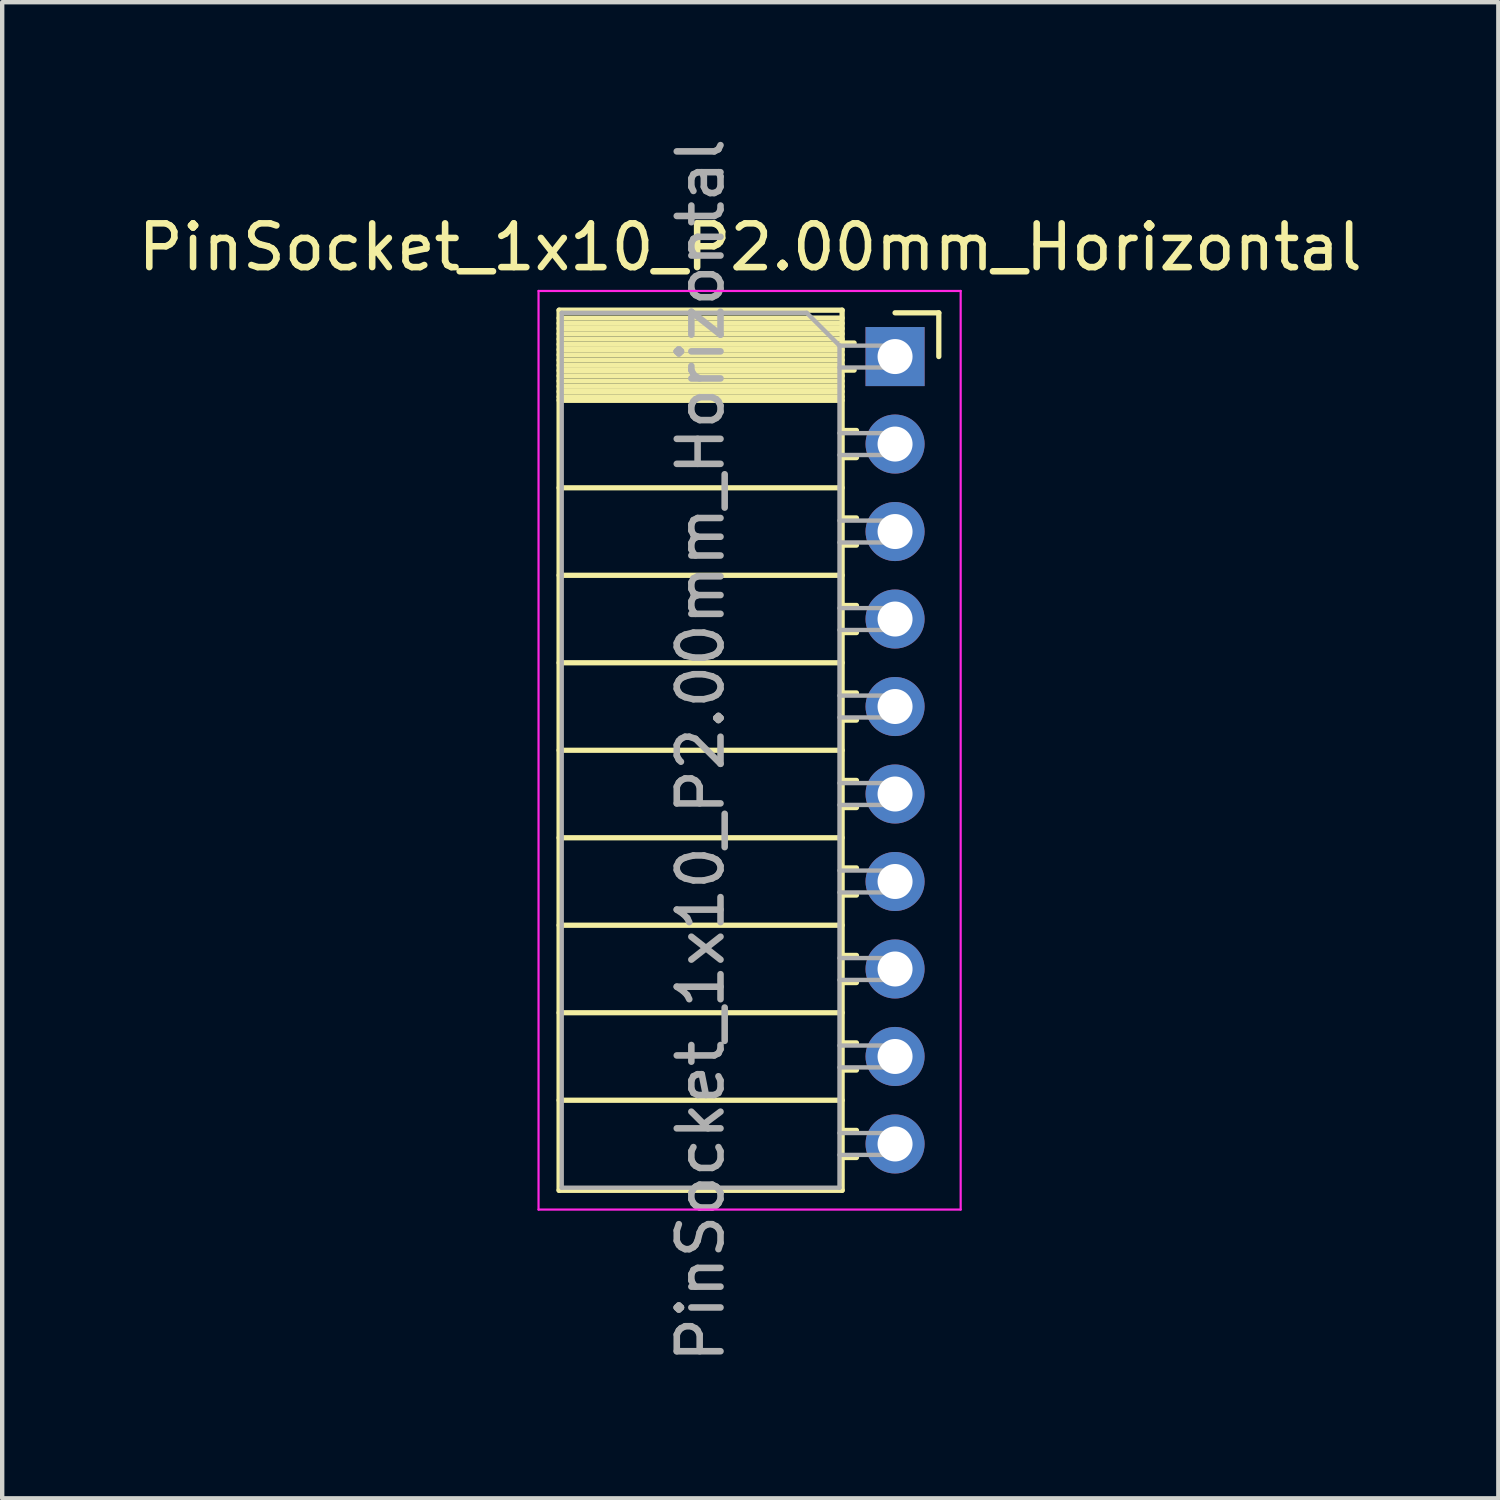
<source format=kicad_pcb>
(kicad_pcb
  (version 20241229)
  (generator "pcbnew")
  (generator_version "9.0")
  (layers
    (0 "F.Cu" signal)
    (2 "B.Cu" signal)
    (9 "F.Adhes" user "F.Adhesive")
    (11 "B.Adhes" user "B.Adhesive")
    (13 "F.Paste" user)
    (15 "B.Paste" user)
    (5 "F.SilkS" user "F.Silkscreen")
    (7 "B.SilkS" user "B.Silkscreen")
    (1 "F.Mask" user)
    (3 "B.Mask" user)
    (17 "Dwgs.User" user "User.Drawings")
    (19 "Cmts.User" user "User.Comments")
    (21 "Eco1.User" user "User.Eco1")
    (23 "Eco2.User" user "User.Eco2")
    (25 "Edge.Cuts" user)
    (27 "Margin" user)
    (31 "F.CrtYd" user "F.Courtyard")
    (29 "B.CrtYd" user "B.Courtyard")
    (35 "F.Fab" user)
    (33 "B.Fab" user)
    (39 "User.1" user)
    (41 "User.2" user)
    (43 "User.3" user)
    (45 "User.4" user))
  (footprint "PinSocket_1x10_P2.00mm_Horizontal"
    (layer "F.Cu")
    (at 17.411 5.101)
    (property "Reference" "PinSocket_1x10_P2.00mm_Horizontal" (at -3.31 -2.5 0) (layer "F.SilkS") (effects (font (size 1 1) (thickness 0.15))))
    (attr through_hole)
    (fp_line (start -7.68 -1.06) (end -7.68 19.06) (stroke (width 0.12) (type solid)) (layer "F.SilkS"))
    (fp_line (start -7.68 -1.06) (end -1.21 -1.06) (stroke (width 0.12) (type solid)) (layer "F.SilkS"))
    (fp_line (start -7.68 -0.88) (end -1.21 -0.88) (stroke (width 0.12) (type solid)) (layer "F.SilkS"))
    (fp_line (start -7.68 -0.76) (end -1.21 -0.76) (stroke (width 0.12) (type solid)) (layer "F.SilkS"))
    (fp_line (start -7.68 -0.64) (end -1.21 -0.64) (stroke (width 0.12) (type solid)) (layer "F.SilkS"))
    (fp_line (start -7.68 -0.52) (end -1.21 -0.52) (stroke (width 0.12) (type solid)) (layer "F.SilkS"))
    (fp_line (start -7.68 -0.4) (end -1.21 -0.4) (stroke (width 0.12) (type solid)) (layer "F.SilkS"))
    (fp_line (start -7.68 -0.28) (end -1.21 -0.28) (stroke (width 0.12) (type solid)) (layer "F.SilkS"))
    (fp_line (start -7.68 -0.16) (end -1.21 -0.16) (stroke (width 0.12) (type solid)) (layer "F.SilkS"))
    (fp_line (start -7.68 -0.04) (end -1.21 -0.04) (stroke (width 0.12) (type solid)) (layer "F.SilkS"))
    (fp_line (start -7.68 0.08) (end -1.21 0.08) (stroke (width 0.12) (type solid)) (layer "F.SilkS"))
    (fp_line (start -7.68 0.2) (end -1.21 0.2) (stroke (width 0.12) (type solid)) (layer "F.SilkS"))
    (fp_line (start -7.68 0.32) (end -1.21 0.32) (stroke (width 0.12) (type solid)) (layer "F.SilkS"))
    (fp_line (start -7.68 0.44) (end -1.21 0.44) (stroke (width 0.12) (type solid)) (layer "F.SilkS"))
    (fp_line (start -7.68 0.56) (end -1.21 0.56) (stroke (width 0.12) (type solid)) (layer "F.SilkS"))
    (fp_line (start -7.68 0.68) (end -1.21 0.68) (stroke (width 0.12) (type solid)) (layer "F.SilkS"))
    (fp_line (start -7.68 0.8) (end -1.21 0.8) (stroke (width 0.12) (type solid)) (layer "F.SilkS"))
    (fp_line (start -7.68 0.92) (end -1.21 0.92) (stroke (width 0.12) (type solid)) (layer "F.SilkS"))
    (fp_line (start -7.68 1) (end -1.21 1) (stroke (width 0.12) (type solid)) (layer "F.SilkS"))
    (fp_line (start -7.68 3) (end -1.21 3) (stroke (width 0.12) (type solid)) (layer "F.SilkS"))
    (fp_line (start -7.68 5) (end -1.21 5) (stroke (width 0.12) (type solid)) (layer "F.SilkS"))
    (fp_line (start -7.68 7) (end -1.21 7) (stroke (width 0.12) (type solid)) (layer "F.SilkS"))
    (fp_line (start -7.68 9) (end -1.21 9) (stroke (width 0.12) (type solid)) (layer "F.SilkS"))
    (fp_line (start -7.68 11) (end -1.21 11) (stroke (width 0.12) (type solid)) (layer "F.SilkS"))
    (fp_line (start -7.68 13) (end -1.21 13) (stroke (width 0.12) (type solid)) (layer "F.SilkS"))
    (fp_line (start -7.68 15) (end -1.21 15) (stroke (width 0.12) (type solid)) (layer "F.SilkS"))
    (fp_line (start -7.68 17) (end -1.21 17) (stroke (width 0.12) (type solid)) (layer "F.SilkS"))
    (fp_line (start -7.68 19.06) (end -1.21 19.06) (stroke (width 0.12) (type solid)) (layer "F.SilkS"))
    (fp_line (start -1.21 -1.06) (end -1.21 19.06) (stroke (width 0.12) (type solid)) (layer "F.SilkS"))
    (fp_line (start -1.21 -0.31) (end -0.935 -0.31) (stroke (width 0.12) (type solid)) (layer "F.SilkS"))
    (fp_line (start -1.21 0.31) (end -0.935 0.31) (stroke (width 0.12) (type solid)) (layer "F.SilkS"))
    (fp_line (start -1.21 1.69) (end -0.882 1.69) (stroke (width 0.12) (type solid)) (layer "F.SilkS"))
    (fp_line (start -1.21 2.31) (end -0.882 2.31) (stroke (width 0.12) (type solid)) (layer "F.SilkS"))
    (fp_line (start -1.21 3.69) (end -0.882 3.69) (stroke (width 0.12) (type solid)) (layer "F.SilkS"))
    (fp_line (start -1.21 4.31) (end -0.882 4.31) (stroke (width 0.12) (type solid)) (layer "F.SilkS"))
    (fp_line (start -1.21 5.69) (end -0.882 5.69) (stroke (width 0.12) (type solid)) (layer "F.SilkS"))
    (fp_line (start -1.21 6.31) (end -0.882 6.31) (stroke (width 0.12) (type solid)) (layer "F.SilkS"))
    (fp_line (start -1.21 7.69) (end -0.882 7.69) (stroke (width 0.12) (type solid)) (layer "F.SilkS"))
    (fp_line (start -1.21 8.31) (end -0.882 8.31) (stroke (width 0.12) (type solid)) (layer "F.SilkS"))
    (fp_line (start -1.21 9.69) (end -0.882 9.69) (stroke (width 0.12) (type solid)) (layer "F.SilkS"))
    (fp_line (start -1.21 10.31) (end -0.882 10.31) (stroke (width 0.12) (type solid)) (layer "F.SilkS"))
    (fp_line (start -1.21 11.69) (end -0.882 11.69) (stroke (width 0.12) (type solid)) (layer "F.SilkS"))
    (fp_line (start -1.21 12.31) (end -0.882 12.31) (stroke (width 0.12) (type solid)) (layer "F.SilkS"))
    (fp_line (start -1.21 13.69) (end -0.882 13.69) (stroke (width 0.12) (type solid)) (layer "F.SilkS"))
    (fp_line (start -1.21 14.31) (end -0.882 14.31) (stroke (width 0.12) (type solid)) (layer "F.SilkS"))
    (fp_line (start -1.21 15.69) (end -0.882 15.69) (stroke (width 0.12) (type solid)) (layer "F.SilkS"))
    (fp_line (start -1.21 16.31) (end -0.882 16.31) (stroke (width 0.12) (type solid)) (layer "F.SilkS"))
    (fp_line (start -1.21 17.69) (end -0.882 17.69) (stroke (width 0.12) (type solid)) (layer "F.SilkS"))
    (fp_line (start -1.21 18.31) (end -0.882 18.31) (stroke (width 0.12) (type solid)) (layer "F.SilkS"))
    (fp_line (start 0 -1) (end 1 -1) (stroke (width 0.12) (type solid)) (layer "F.SilkS"))
    (fp_line (start 1 -1) (end 1 0) (stroke (width 0.12) (type solid)) (layer "F.SilkS"))
    (fp_line (start -8.15 -1.5) (end -8.15 19.5) (stroke (width 0.05) (type solid)) (layer "F.CrtYd"))
    (fp_line (start -8.15 19.5) (end 1.5 19.5) (stroke (width 0.05) (type solid)) (layer "F.CrtYd"))
    (fp_line (start 1.5 -1.5) (end -8.15 -1.5) (stroke (width 0.05) (type solid)) (layer "F.CrtYd"))
    (fp_line (start 1.5 19.5) (end 1.5 -1.5) (stroke (width 0.05) (type solid)) (layer "F.CrtYd"))
    (fp_line (start -7.62 -1) (end -2.02 -1) (stroke (width 0.1) (type solid)) (layer "F.Fab"))
    (fp_line (start -7.62 19) (end -7.62 -1) (stroke (width 0.1) (type solid)) (layer "F.Fab"))
    (fp_line (start -2.02 -1) (end -1.27 -0.25) (stroke (width 0.1) (type solid)) (layer "F.Fab"))
    (fp_line (start -1.27 -0.25) (end -1.27 19) (stroke (width 0.1) (type solid)) (layer "F.Fab"))
    (fp_line (start -1.27 0.25) (end 0 0.25) (stroke (width 0.1) (type solid)) (layer "F.Fab"))
    (fp_line (start -1.27 2.25) (end 0 2.25) (stroke (width 0.1) (type solid)) (layer "F.Fab"))
    (fp_line (start -1.27 4.25) (end 0 4.25) (stroke (width 0.1) (type solid)) (layer "F.Fab"))
    (fp_line (start -1.27 6.25) (end 0 6.25) (stroke (width 0.1) (type solid)) (layer "F.Fab"))
    (fp_line (start -1.27 8.25) (end 0 8.25) (stroke (width 0.1) (type solid)) (layer "F.Fab"))
    (fp_line (start -1.27 10.25) (end 0 10.25) (stroke (width 0.1) (type solid)) (layer "F.Fab"))
    (fp_line (start -1.27 12.25) (end 0 12.25) (stroke (width 0.1) (type solid)) (layer "F.Fab"))
    (fp_line (start -1.27 14.25) (end 0 14.25) (stroke (width 0.1) (type solid)) (layer "F.Fab"))
    (fp_line (start -1.27 16.25) (end 0 16.25) (stroke (width 0.1) (type solid)) (layer "F.Fab"))
    (fp_line (start -1.27 18.25) (end 0 18.25) (stroke (width 0.1) (type solid)) (layer "F.Fab"))
    (fp_line (start -1.27 19) (end -7.62 19) (stroke (width 0.1) (type solid)) (layer "F.Fab"))
    (fp_line (start 0 -0.25) (end -1.27 -0.25) (stroke (width 0.1) (type solid)) (layer "F.Fab"))
    (fp_line (start 0 0.25) (end 0 -0.25) (stroke (width 0.1) (type solid)) (layer "F.Fab"))
    (fp_line (start 0 1.75) (end -1.27 1.75) (stroke (width 0.1) (type solid)) (layer "F.Fab"))
    (fp_line (start 0 2.25) (end 0 1.75) (stroke (width 0.1) (type solid)) (layer "F.Fab"))
    (fp_line (start 0 3.75) (end -1.27 3.75) (stroke (width 0.1) (type solid)) (layer "F.Fab"))
    (fp_line (start 0 4.25) (end 0 3.75) (stroke (width 0.1) (type solid)) (layer "F.Fab"))
    (fp_line (start 0 5.75) (end -1.27 5.75) (stroke (width 0.1) (type solid)) (layer "F.Fab"))
    (fp_line (start 0 6.25) (end 0 5.75) (stroke (width 0.1) (type solid)) (layer "F.Fab"))
    (fp_line (start 0 7.75) (end -1.27 7.75) (stroke (width 0.1) (type solid)) (layer "F.Fab"))
    (fp_line (start 0 8.25) (end 0 7.75) (stroke (width 0.1) (type solid)) (layer "F.Fab"))
    (fp_line (start 0 9.75) (end -1.27 9.75) (stroke (width 0.1) (type solid)) (layer "F.Fab"))
    (fp_line (start 0 10.25) (end 0 9.75) (stroke (width 0.1) (type solid)) (layer "F.Fab"))
    (fp_line (start 0 11.75) (end -1.27 11.75) (stroke (width 0.1) (type solid)) (layer "F.Fab"))
    (fp_line (start 0 12.25) (end 0 11.75) (stroke (width 0.1) (type solid)) (layer "F.Fab"))
    (fp_line (start 0 13.75) (end -1.27 13.75) (stroke (width 0.1) (type solid)) (layer "F.Fab"))
    (fp_line (start 0 14.25) (end 0 13.75) (stroke (width 0.1) (type solid)) (layer "F.Fab"))
    (fp_line (start 0 15.75) (end -1.27 15.75) (stroke (width 0.1) (type solid)) (layer "F.Fab"))
    (fp_line (start 0 16.25) (end 0 15.75) (stroke (width 0.1) (type solid)) (layer "F.Fab"))
    (fp_line (start 0 17.75) (end -1.27 17.75) (stroke (width 0.1) (type solid)) (layer "F.Fab"))
    (fp_line (start 0 18.25) (end 0 17.75) (stroke (width 0.1) (type solid)) (layer "F.Fab"))
    (fp_text user "${REFERENCE}" (at -4.445 9 90) (layer "F.Fab") (effects (font (size 1 1) (thickness 0.15))))
    (pad "1" thru_hole rect (at 0 0) (size 1.35 1.35) (drill 0.8) (layers "*.Cu" "*.Mask"))
    (pad "2" thru_hole oval (at 0 2) (size 1.35 1.35) (drill 0.8) (layers "*.Cu" "*.Mask"))
    (pad "3" thru_hole oval (at 0 4) (size 1.35 1.35) (drill 0.8) (layers "*.Cu" "*.Mask"))
    (pad "4" thru_hole oval (at 0 6) (size 1.35 1.35) (drill 0.8) (layers "*.Cu" "*.Mask"))
    (pad "5" thru_hole oval (at 0 8) (size 1.35 1.35) (drill 0.8) (layers "*.Cu" "*.Mask"))
    (pad "6" thru_hole oval (at 0 10) (size 1.35 1.35) (drill 0.8) (layers "*.Cu" "*.Mask"))
    (pad "7" thru_hole oval (at 0 12) (size 1.35 1.35) (drill 0.8) (layers "*.Cu" "*.Mask"))
    (pad "8" thru_hole oval (at 0 14) (size 1.35 1.35) (drill 0.8) (layers "*.Cu" "*.Mask"))
    (pad "9" thru_hole oval (at 0 16) (size 1.35 1.35) (drill 0.8) (layers "*.Cu" "*.Mask"))
    (pad "10" thru_hole oval (at 0 18) (size 1.35 1.35) (drill 0.8) (layers "*.Cu" "*.Mask")))
  (gr_rect
    (start -3 -3)
    (end 31.202 31.202)
    (stroke (width 0.1) (type default))
    (fill no)
    (layer "Edge.Cuts")))
</source>
